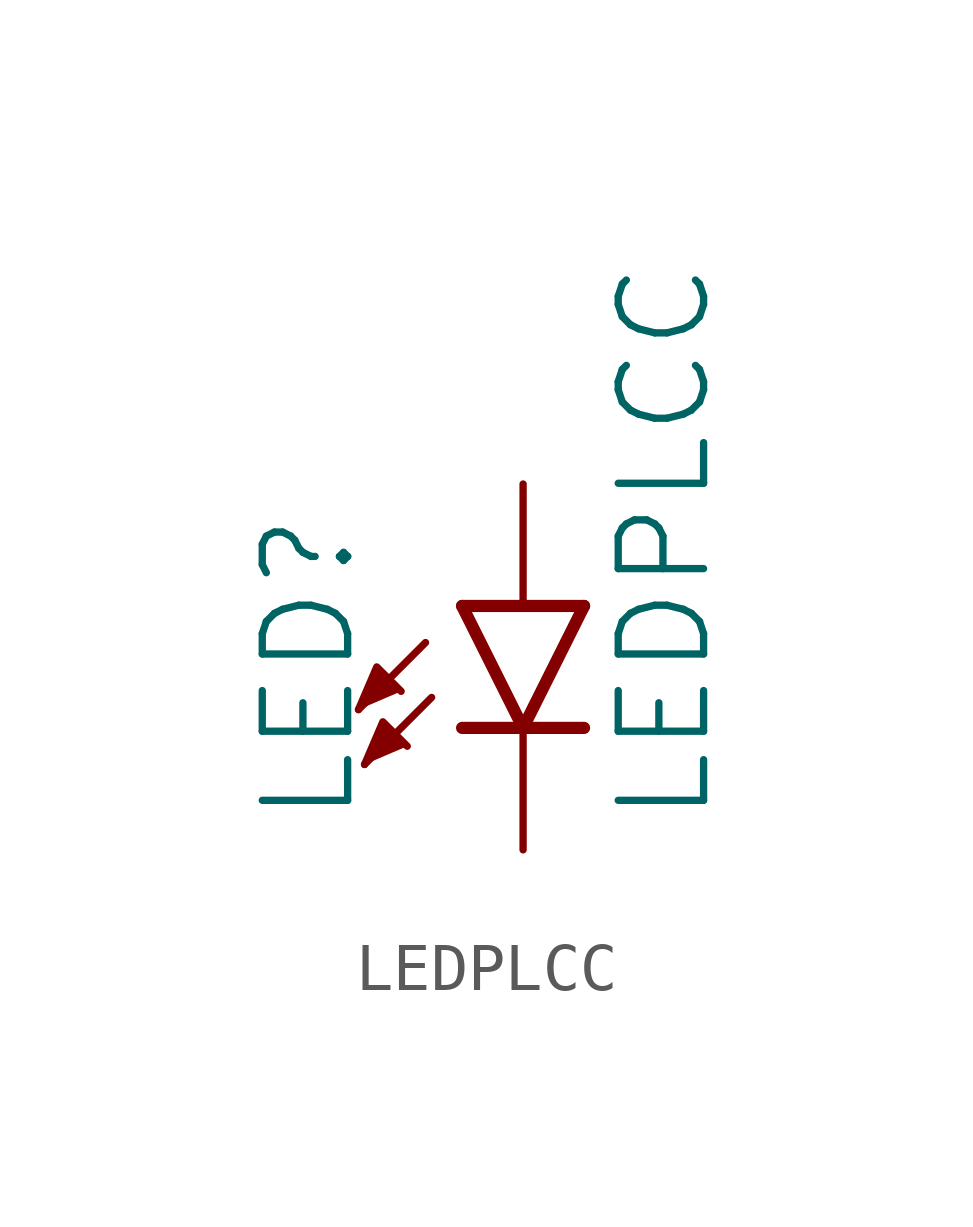
<source format=kicad_sym>
(kicad_symbol_lib
  (version 20211014)
  (generator kicad_symbol_editor)
  (symbol "LEDPLCC"
    (property "Reference" "LED"
      (at -3.429 -4.572 90)
      (effects (font (size 1.778 1.778)) (justify left bottom)))
    (property "Value" "LEDPLCC"
      (at 1.905 -4.572 90)
      (effects (font (size 1.778 1.778)) (justify left top)))
    (property "ki_locked" ""
      (at 0 0 0)
      (effects (font (size 1.27 1.27))))
    (symbol "LEDPLCC_1_0"
      (polyline (pts (xy -2.032 -0.762) (xy -3.429 -2.159)) (stroke (width 0.152) (type default) (color 0 0 0 0)) (fill (type none)))
      (polyline (pts (xy -1.905 -1.905) (xy -3.302 -3.302)) (stroke (width 0.152) (type default) (color 0 0 0 0)) (fill (type none)))
      (polyline (pts (xy 0 -2.54) (xy -1.27 -2.54)) (stroke (width 0.254) (type default) (color 0 0 0 0)) (fill (type none)))
      (polyline (pts (xy 0 -2.54) (xy -1.27 0)) (stroke (width 0.254) (type default) (color 0 0 0 0)) (fill (type none)))
      (polyline (pts (xy 1.27 -2.54) (xy 0 -2.54)) (stroke (width 0.254) (type default) (color 0 0 0 0)) (fill (type none)))
      (polyline (pts (xy 1.27 0) (xy -1.27 0)) (stroke (width 0.254) (type default) (color 0 0 0 0)) (fill (type none)))
      (polyline (pts (xy 1.27 0) (xy 0 -2.54)) (stroke (width 0.254) (type default) (color 0 0 0 0)) (fill (type none)))
      (polyline (pts (xy -3.429 -2.159) (xy -3.048 -1.27) (xy -2.54 -1.778)) (stroke (width 0) (type default) (color 0 0 0 0)) (fill (type outline)))
      (polyline (pts (xy -3.302 -3.302) (xy -2.921 -2.413) (xy -2.413 -2.921)) (stroke (width 0) (type default) (color 0 0 0 0)) (fill (type outline)))
      (pin passive line (at 0 -5.08 90) (length 2.54) (name "C" (effects (font (size 0 0)))) (number "1" (effects (font (size 0 0)))))
      (pin passive line (at 0 2.54 270) (length 2.54) (name "A" (effects (font (size 0 0)))) (number "2" (effects (font (size 0 0))))))))
</source>
